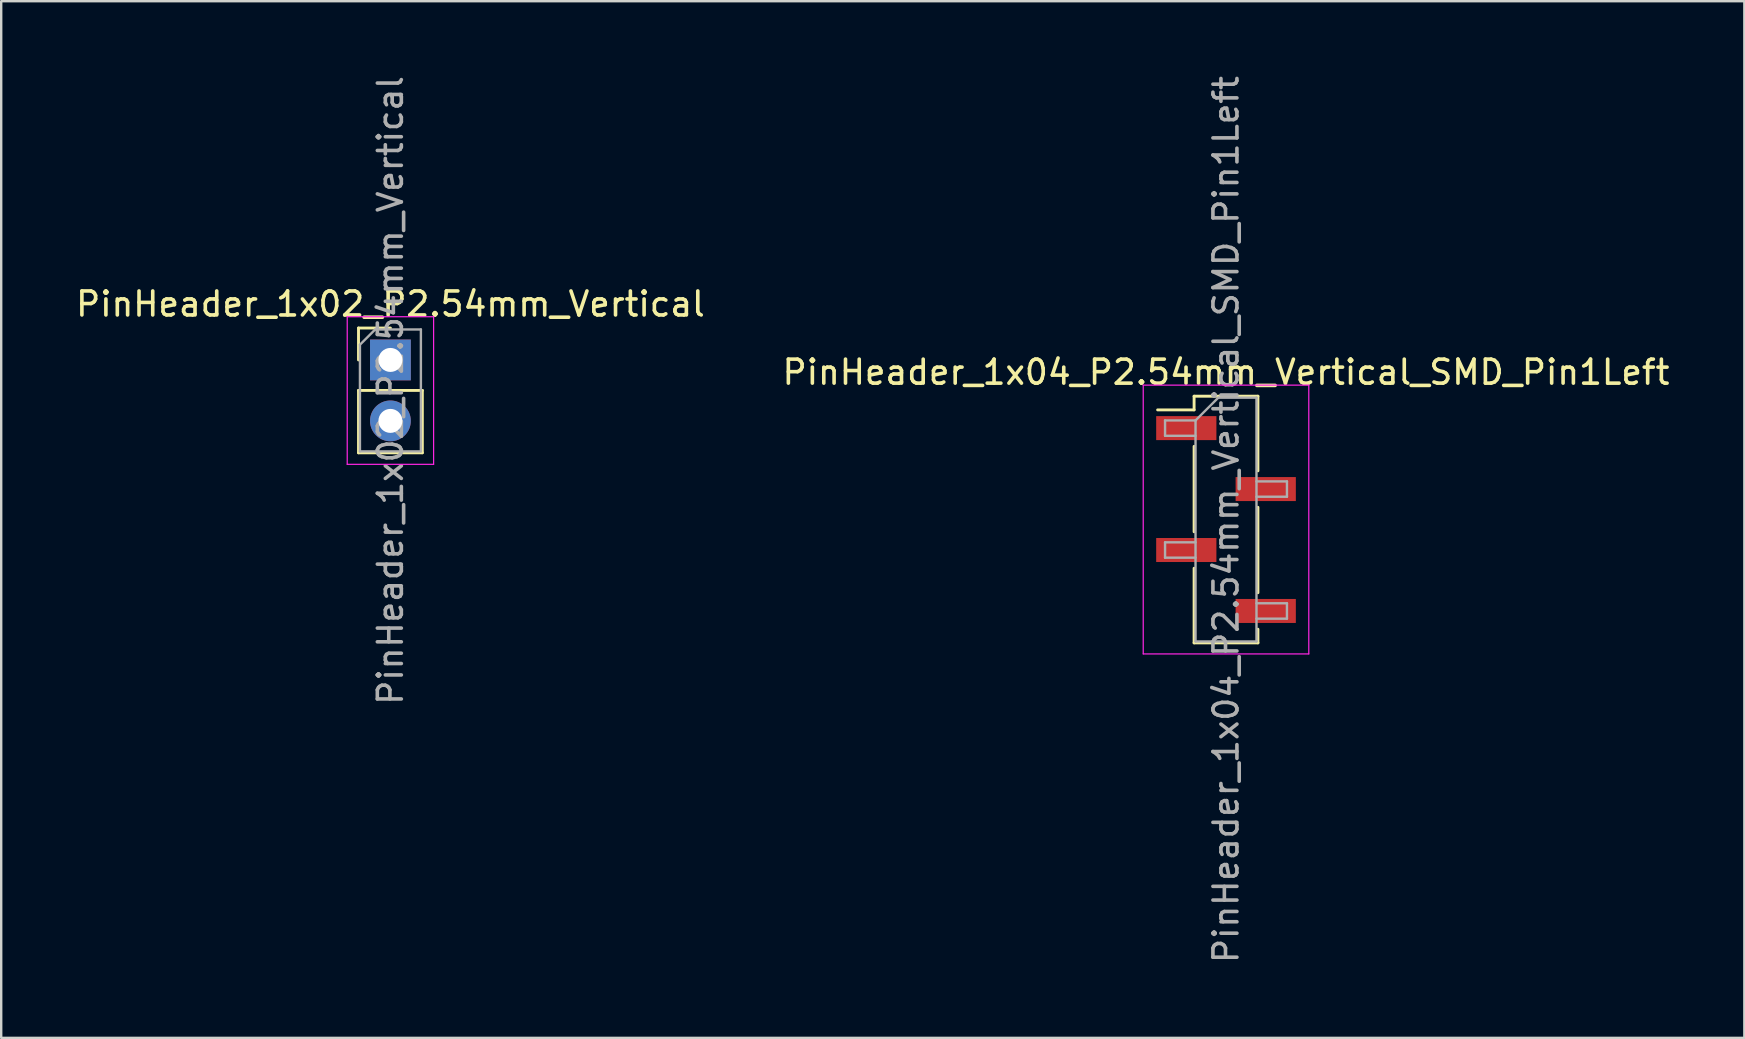
<source format=kicad_pcb>
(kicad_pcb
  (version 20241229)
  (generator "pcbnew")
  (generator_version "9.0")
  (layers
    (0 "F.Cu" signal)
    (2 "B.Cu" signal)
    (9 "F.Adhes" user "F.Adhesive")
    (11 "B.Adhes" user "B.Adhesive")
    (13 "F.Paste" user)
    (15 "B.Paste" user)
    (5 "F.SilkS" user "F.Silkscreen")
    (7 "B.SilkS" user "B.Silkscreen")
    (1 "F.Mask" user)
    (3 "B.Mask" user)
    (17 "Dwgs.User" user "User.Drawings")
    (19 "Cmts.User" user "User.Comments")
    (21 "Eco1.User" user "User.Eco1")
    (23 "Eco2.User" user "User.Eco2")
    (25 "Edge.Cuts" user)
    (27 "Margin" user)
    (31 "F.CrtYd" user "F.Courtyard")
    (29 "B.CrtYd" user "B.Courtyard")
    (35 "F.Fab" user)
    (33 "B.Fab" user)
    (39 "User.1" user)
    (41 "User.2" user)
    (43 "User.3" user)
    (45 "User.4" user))
  (footprint "PinHeader_1x04_P2.54mm_Vertical_SMD_Pin1Left"
    (layer "F.Cu")
    (at 48.042 18.601)
    (property "Reference" "PinHeader_1x04_P2.54mm_Vertical_SMD_Pin1Left" (at 0 -6.14 0) (layer "F.SilkS") (effects (font (size 1 1) (thickness 0.15))))
    (attr smd)
    (fp_line (start -1.33 -5.14) (end -1.33 -4.57) (stroke (width 0.12) (type solid)) (layer "F.SilkS"))
    (fp_line (start -1.33 -5.14) (end 1.33 -5.14) (stroke (width 0.12) (type solid)) (layer "F.SilkS"))
    (fp_line (start -1.33 -4.57) (end -2.85 -4.57) (stroke (width 0.12) (type solid)) (layer "F.SilkS"))
    (fp_line (start -1.33 -3.05) (end -1.33 0.51) (stroke (width 0.12) (type solid)) (layer "F.SilkS"))
    (fp_line (start -1.33 2.03) (end -1.33 5.14) (stroke (width 0.12) (type solid)) (layer "F.SilkS"))
    (fp_line (start -1.33 5.14) (end 1.33 5.14) (stroke (width 0.12) (type solid)) (layer "F.SilkS"))
    (fp_line (start 1.33 -5.14) (end 1.33 -2.03) (stroke (width 0.12) (type solid)) (layer "F.SilkS"))
    (fp_line (start 1.33 -0.51) (end 1.33 3.05) (stroke (width 0.12) (type solid)) (layer "F.SilkS"))
    (fp_line (start 1.33 4.57) (end 1.33 5.14) (stroke (width 0.12) (type solid)) (layer "F.SilkS"))
    (fp_line (start -3.45 -5.6) (end -3.45 5.6) (stroke (width 0.05) (type solid)) (layer "F.CrtYd"))
    (fp_line (start -3.45 5.6) (end 3.45 5.6) (stroke (width 0.05) (type solid)) (layer "F.CrtYd"))
    (fp_line (start 3.45 -5.6) (end -3.45 -5.6) (stroke (width 0.05) (type solid)) (layer "F.CrtYd"))
    (fp_line (start 3.45 5.6) (end 3.45 -5.6) (stroke (width 0.05) (type solid)) (layer "F.CrtYd"))
    (fp_line (start -2.54 -4.13) (end -2.54 -3.49) (stroke (width 0.1) (type solid)) (layer "F.Fab"))
    (fp_line (start -2.54 -3.49) (end -1.27 -3.49) (stroke (width 0.1) (type solid)) (layer "F.Fab"))
    (fp_line (start -2.54 0.95) (end -2.54 1.59) (stroke (width 0.1) (type solid)) (layer "F.Fab"))
    (fp_line (start -2.54 1.59) (end -1.27 1.59) (stroke (width 0.1) (type solid)) (layer "F.Fab"))
    (fp_line (start -1.27 -4.13) (end -2.54 -4.13) (stroke (width 0.1) (type solid)) (layer "F.Fab"))
    (fp_line (start -1.27 -4.13) (end -0.32 -5.08) (stroke (width 0.1) (type solid)) (layer "F.Fab"))
    (fp_line (start -1.27 0.95) (end -2.54 0.95) (stroke (width 0.1) (type solid)) (layer "F.Fab"))
    (fp_line (start -1.27 5.08) (end -1.27 -4.13) (stroke (width 0.1) (type solid)) (layer "F.Fab"))
    (fp_line (start -0.32 -5.08) (end 1.27 -5.08) (stroke (width 0.1) (type solid)) (layer "F.Fab"))
    (fp_line (start 1.27 -5.08) (end 1.27 5.08) (stroke (width 0.1) (type solid)) (layer "F.Fab"))
    (fp_line (start 1.27 -1.59) (end 2.54 -1.59) (stroke (width 0.1) (type solid)) (layer "F.Fab"))
    (fp_line (start 1.27 3.49) (end 2.54 3.49) (stroke (width 0.1) (type solid)) (layer "F.Fab"))
    (fp_line (start 1.27 5.08) (end -1.27 5.08) (stroke (width 0.1) (type solid)) (layer "F.Fab"))
    (fp_line (start 2.54 -1.59) (end 2.54 -0.95) (stroke (width 0.1) (type solid)) (layer "F.Fab"))
    (fp_line (start 2.54 -0.95) (end 1.27 -0.95) (stroke (width 0.1) (type solid)) (layer "F.Fab"))
    (fp_line (start 2.54 3.49) (end 2.54 4.13) (stroke (width 0.1) (type solid)) (layer "F.Fab"))
    (fp_line (start 2.54 4.13) (end 1.27 4.13) (stroke (width 0.1) (type solid)) (layer "F.Fab"))
    (fp_text user "${REFERENCE}" (at 0 0 90) (layer "F.Fab") (effects (font (size 1 1) (thickness 0.15))))
    (pad "1" smd rect (at -1.655 -3.81) (size 2.51 1) (layers "F.Cu" "F.Mask" "F.Paste"))
    (pad "2" smd rect (at 1.655 -1.27) (size 2.51 1) (layers "F.Cu" "F.Mask" "F.Paste"))
    (pad "3" smd rect (at -1.655 1.27) (size 2.51 1) (layers "F.Cu" "F.Mask" "F.Paste"))
    (pad "4" smd rect (at 1.655 3.81) (size 2.51 1) (layers "F.Cu" "F.Mask" "F.Paste")))
  (footprint "PinHeader_1x02_P2.54mm_Vertical"
    (layer "F.Cu")
    (at 13.22 11.95)
    (property "Reference" "PinHeader_1x02_P2.54mm_Vertical" (at 0 -2.33 0) (layer "F.SilkS") (effects (font (size 1 1) (thickness 0.15))))
    (attr through_hole)
    (fp_line (start -1.33 -1.33) (end 0 -1.33) (stroke (width 0.12) (type solid)) (layer "F.SilkS"))
    (fp_line (start -1.33 0) (end -1.33 -1.33) (stroke (width 0.12) (type solid)) (layer "F.SilkS"))
    (fp_line (start -1.33 1.27) (end -1.33 3.87) (stroke (width 0.12) (type solid)) (layer "F.SilkS"))
    (fp_line (start -1.33 1.27) (end 1.33 1.27) (stroke (width 0.12) (type solid)) (layer "F.SilkS"))
    (fp_line (start -1.33 3.87) (end 1.33 3.87) (stroke (width 0.12) (type solid)) (layer "F.SilkS"))
    (fp_line (start 1.33 1.27) (end 1.33 3.87) (stroke (width 0.12) (type solid)) (layer "F.SilkS"))
    (fp_line (start -1.8 -1.8) (end -1.8 4.35) (stroke (width 0.05) (type solid)) (layer "F.CrtYd"))
    (fp_line (start -1.8 4.35) (end 1.8 4.35) (stroke (width 0.05) (type solid)) (layer "F.CrtYd"))
    (fp_line (start 1.8 -1.8) (end -1.8 -1.8) (stroke (width 0.05) (type solid)) (layer "F.CrtYd"))
    (fp_line (start 1.8 4.35) (end 1.8 -1.8) (stroke (width 0.05) (type solid)) (layer "F.CrtYd"))
    (fp_line (start -1.27 -0.635) (end -0.635 -1.27) (stroke (width 0.1) (type solid)) (layer "F.Fab"))
    (fp_line (start -1.27 3.81) (end -1.27 -0.635) (stroke (width 0.1) (type solid)) (layer "F.Fab"))
    (fp_line (start -0.635 -1.27) (end 1.27 -1.27) (stroke (width 0.1) (type solid)) (layer "F.Fab"))
    (fp_line (start 1.27 -1.27) (end 1.27 3.81) (stroke (width 0.1) (type solid)) (layer "F.Fab"))
    (fp_line (start 1.27 3.81) (end -1.27 3.81) (stroke (width 0.1) (type solid)) (layer "F.Fab"))
    (fp_text user "${REFERENCE}" (at 0 1.27 90) (layer "F.Fab") (effects (font (size 1 1) (thickness 0.15))))
    (pad "1" thru_hole rect (at 0 0) (size 1.7 1.7) (drill 1) (layers "*.Cu" "*.Mask"))
    (pad "2" thru_hole oval (at 0 2.54) (size 1.7 1.7) (drill 1) (layers "*.Cu" "*.Mask")))
  (gr_rect
    (start -3 -3)
    (end 69.643 40.202)
    (stroke (width 0.1) (type default))
    (fill no)
    (layer "Edge.Cuts")))
</source>
